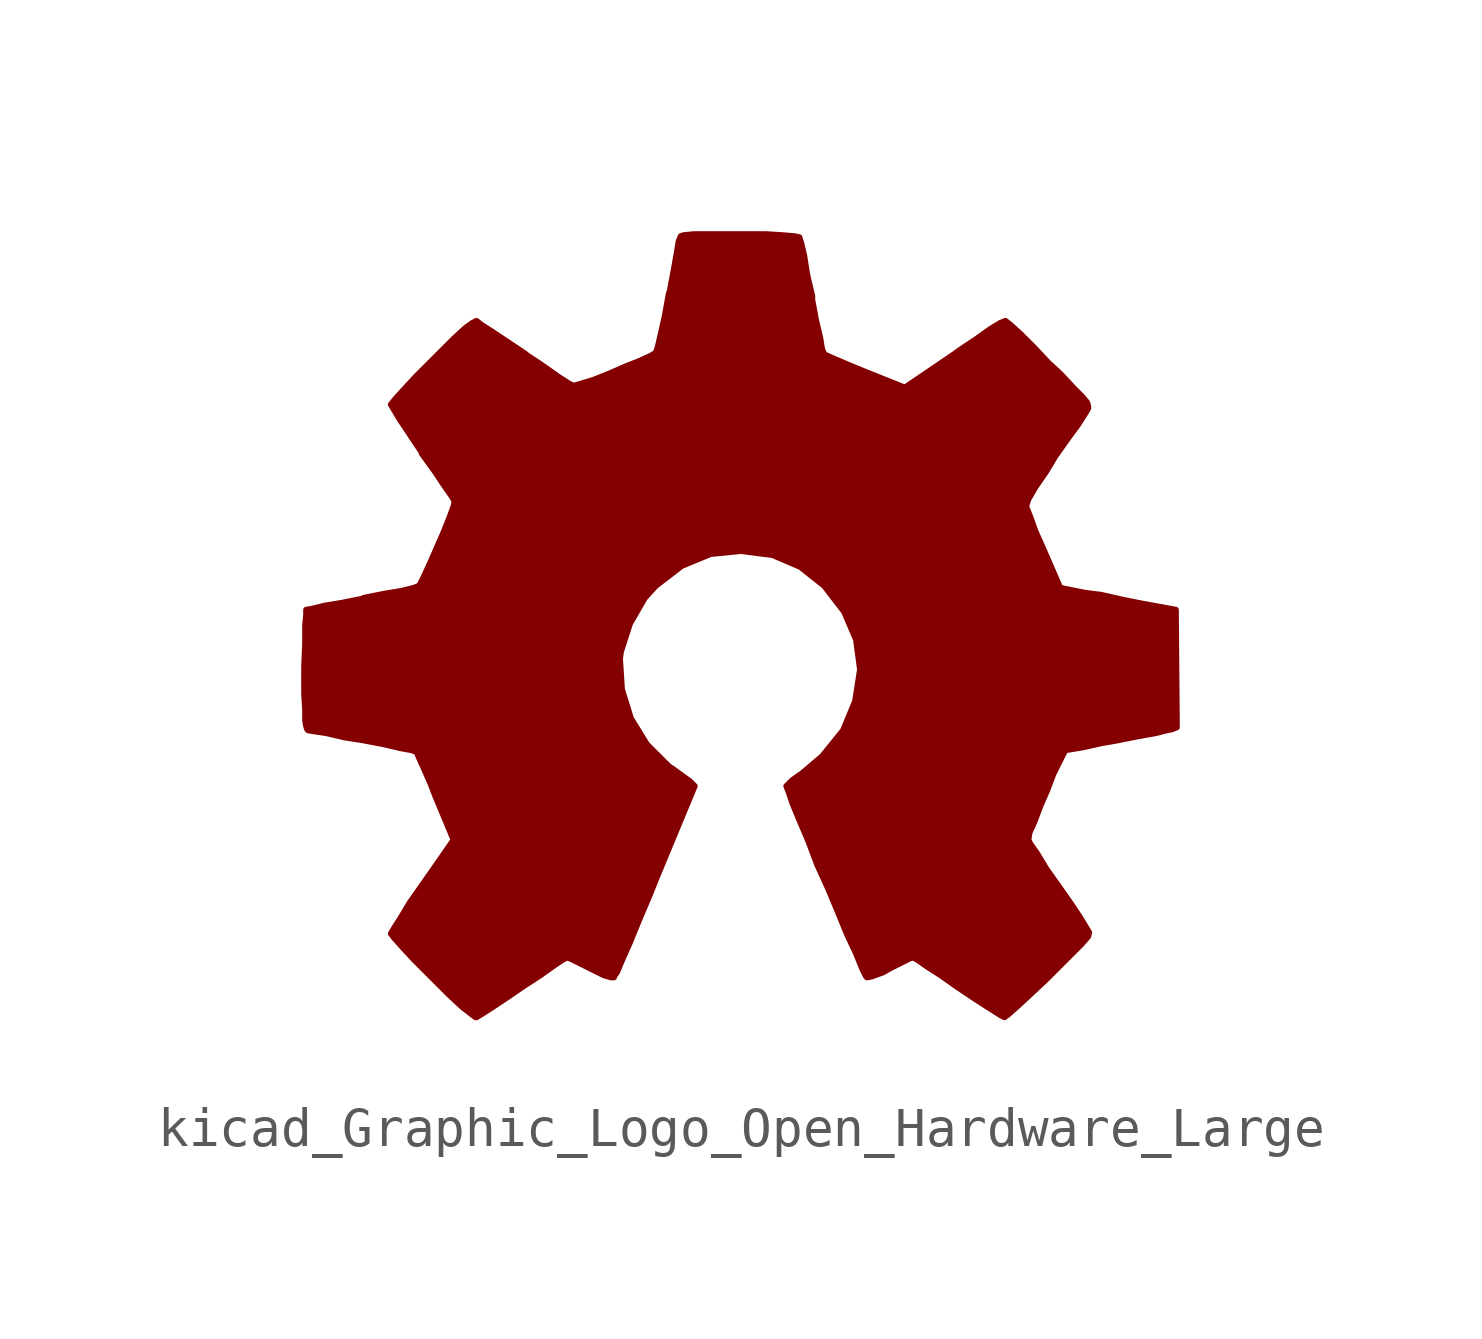
<source format=kicad_sym>
(kicad_symbol_lib
  (version 20220914)
  (generator kicad_symbol_editor)
  (symbol "kicad_Graphic_Logo_Open_Hardware_Large"
    (property "Reference" "#SYM"
      (at 0 12.7 0)
      (effects (font (size 1.27 1.27)) hide))
    (symbol "kicad_Graphic_Logo_Open_Hardware_Large_1_1"
      (polyline (pts (xy 6.731 -8.712) (xy 6.629 -8.661) (xy 6.35 -8.484) (xy 5.994 -8.255) (xy 5.537 -7.95) (xy 5.105 -7.645) (xy 4.75 -7.417) (xy 4.496 -7.239) (xy 4.394 -7.188) (xy 4.318 -7.214) (xy 4.115 -7.315) (xy 3.81 -7.468) (xy 3.632 -7.569) (xy 3.353 -7.671) (xy 3.226 -7.696) (xy 3.2 -7.671) (xy 3.099 -7.468) (xy 2.946 -7.087) (xy 2.718 -6.604) (xy 2.489 -6.045) (xy 2.235 -5.436) (xy 1.956 -4.826) (xy 1.727 -4.216) (xy 1.499 -3.683) (xy 1.321 -3.251) (xy 1.219 -2.946) (xy 1.168 -2.819) (xy 1.194 -2.794) (xy 1.321 -2.667) (xy 1.575 -2.489) (xy 2.083 -2.057) (xy 2.616 -1.397) (xy 2.921 -0.66) (xy 3.048 0.152) (xy 2.946 0.914) (xy 2.642 1.626) (xy 2.134 2.286) (xy 1.524 2.769) (xy 0.813 3.073) (xy 0 3.175) (xy -0.762 3.099) (xy -1.499 2.794) (xy -2.159 2.286) (xy -2.438 1.981) (xy -2.819 1.321) (xy -3.048 0.61) (xy -3.073 0.432) (xy -3.023 -0.356) (xy -2.794 -1.092) (xy -2.388 -1.753) (xy -1.829 -2.311) (xy -1.753 -2.362) (xy -1.473 -2.565) (xy -1.295 -2.692) (xy -1.168 -2.819) (xy -2.159 -5.207) (xy -2.311 -5.588) (xy -2.591 -6.248) (xy -2.819 -6.807) (xy -3.023 -7.264) (xy -3.15 -7.569) (xy -3.226 -7.671) (xy -3.226 -7.696) (xy -3.302 -7.696) (xy -3.48 -7.645) (xy -3.835 -7.468) (xy -4.039 -7.366) (xy -4.293 -7.239) (xy -4.42 -7.188) (xy -4.521 -7.239) (xy -4.75 -7.391) (xy -5.105 -7.645) (xy -5.537 -7.925) (xy -5.944 -8.204) (xy -6.325 -8.458) (xy -6.604 -8.636) (xy -6.731 -8.712) (xy -6.756 -8.712) (xy -6.858 -8.636) (xy -7.087 -8.458) (xy -7.417 -8.153) (xy -7.874 -7.696) (xy -7.95 -7.62) (xy -8.331 -7.239) (xy -8.636 -6.909) (xy -8.839 -6.68) (xy -8.915 -6.579) (xy -8.915 -6.579) (xy -8.839 -6.452) (xy -8.661 -6.172) (xy -8.433 -5.791) (xy -8.128 -5.359) (xy -7.315 -4.191) (xy -7.772 -3.099) (xy -7.899 -2.769) (xy -8.077 -2.362) (xy -8.204 -2.083) (xy -8.255 -1.956) (xy -8.382 -1.905) (xy -8.661 -1.854) (xy -9.093 -1.753) (xy -9.627 -1.651) (xy -10.109 -1.575) (xy -10.541 -1.473) (xy -10.871 -1.422) (xy -11.024 -1.397) (xy -11.049 -1.372) (xy -11.074 -1.295) (xy -11.1 -1.143) (xy -11.1 -0.889) (xy -11.125 -0.457) (xy -11.125 0.152) (xy -11.125 0.229) (xy -11.1 0.813) (xy -11.1 1.27) (xy -11.074 1.549) (xy -11.074 1.676) (xy -11.074 1.676) (xy -10.922 1.702) (xy -10.617 1.778) (xy -10.16 1.854) (xy -9.652 1.956) (xy -9.601 1.981) (xy -9.093 2.083) (xy -8.636 2.159) (xy -8.331 2.235) (xy -8.204 2.286) (xy -8.179 2.311) (xy -8.077 2.515) (xy -7.925 2.845) (xy -7.747 3.251) (xy -7.569 3.658) (xy -7.417 4.039) (xy -7.315 4.318) (xy -7.29 4.445) (xy -7.29 4.445) (xy -7.366 4.572) (xy -7.544 4.826) (xy -7.798 5.207) (xy -8.128 5.664) (xy -8.128 5.69) (xy -8.433 6.147) (xy -8.687 6.528) (xy -8.839 6.782) (xy -8.915 6.909) (xy -8.915 6.909) (xy -8.814 7.036) (xy -8.585 7.29) (xy -8.255 7.645) (xy -7.874 8.026) (xy -7.747 8.153) (xy -7.315 8.585) (xy -7.01 8.865) (xy -6.833 8.992) (xy -6.731 9.042) (xy -6.731 9.042) (xy -6.604 8.941) (xy -6.325 8.763) (xy -5.944 8.509) (xy -5.486 8.204) (xy -5.461 8.179) (xy -5.004 7.874) (xy -4.648 7.62) (xy -4.369 7.442) (xy -4.267 7.391) (xy -4.242 7.391) (xy -4.064 7.442) (xy -3.734 7.544) (xy -3.353 7.696) (xy -2.946 7.874) (xy -2.565 8.026) (xy -2.286 8.153) (xy -2.159 8.23) (xy -2.159 8.23) (xy -2.108 8.382) (xy -2.032 8.712) (xy -1.93 9.169) (xy -1.829 9.728) (xy -1.803 9.804) (xy -1.702 10.338) (xy -1.626 10.77) (xy -1.575 11.074) (xy -1.524 11.201) (xy -1.448 11.227) (xy -1.194 11.252) (xy -0.813 11.252) (xy -0.33 11.252) (xy 0.152 11.252) (xy 0.66 11.252) (xy 1.067 11.227) (xy 1.372 11.201) (xy 1.499 11.176) (xy 1.499 11.176) (xy 1.549 11.024) (xy 1.626 10.693) (xy 1.702 10.211) (xy 1.829 9.677) (xy 1.829 9.576) (xy 1.93 9.042) (xy 2.032 8.611) (xy 2.083 8.306) (xy 2.134 8.204) (xy 2.159 8.179) (xy 2.388 8.077) (xy 2.743 7.925) (xy 3.175 7.747) (xy 4.191 7.341) (xy 5.461 8.204) (xy 5.563 8.28) (xy 6.02 8.585) (xy 6.375 8.839) (xy 6.629 8.992) (xy 6.756 9.042) (xy 6.756 9.042) (xy 6.883 8.941) (xy 7.137 8.712) (xy 7.468 8.382) (xy 7.849 7.976) (xy 8.153 7.696) (xy 8.484 7.341) (xy 8.712 7.112) (xy 8.839 6.96) (xy 8.865 6.858) (xy 8.865 6.807) (xy 8.788 6.68) (xy 8.611 6.401) (xy 8.331 6.02) (xy 8.026 5.588) (xy 7.798 5.207) (xy 7.518 4.801) (xy 7.341 4.496) (xy 7.29 4.343) (xy 7.29 4.293) (xy 7.391 4.039) (xy 7.518 3.683) (xy 7.722 3.226) (xy 8.153 2.235) (xy 8.788 2.108) (xy 9.195 2.057) (xy 9.754 1.93) (xy 10.262 1.829) (xy 11.1 1.676) (xy 11.125 -1.321) (xy 10.998 -1.372) (xy 10.871 -1.397) (xy 10.566 -1.473) (xy 10.135 -1.549) (xy 9.627 -1.651) (xy 9.195 -1.727) (xy 8.738 -1.829) (xy 8.433 -1.88) (xy 8.28 -1.905) (xy 8.255 -1.956) (xy 8.153 -2.159) (xy 7.976 -2.515) (xy 7.823 -2.921) (xy 7.645 -3.327) (xy 7.493 -3.734) (xy 7.366 -4.013) (xy 7.341 -4.191) (xy 7.391 -4.293) (xy 7.569 -4.547) (xy 7.798 -4.928) (xy 8.103 -5.359) (xy 8.407 -5.791) (xy 8.661 -6.172) (xy 8.814 -6.426) (xy 8.89 -6.553) (xy 8.865 -6.655) (xy 8.687 -6.858) (xy 8.357 -7.188) (xy 7.874 -7.671) (xy 7.798 -7.747) (xy 7.391 -8.128) (xy 7.061 -8.433) (xy 6.833 -8.636) (xy 6.731 -8.712)) (stroke (width 0) (type default)) (fill (type outline))))))
</source>
